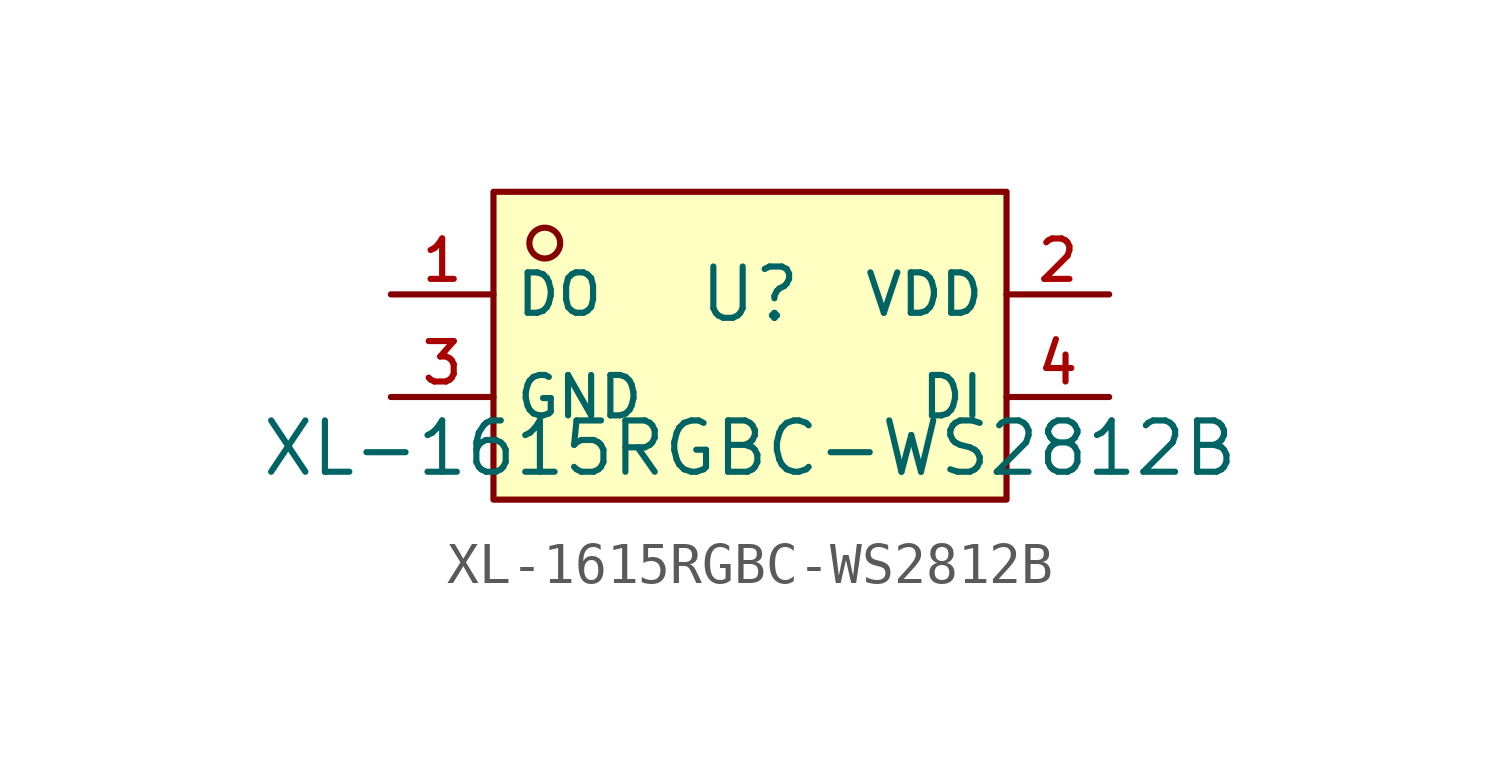
<source format=kicad_sym>
(kicad_symbol_lib
  (version 20210201)
  (generator TousstNicolas/JLC2KiCad_lib)
  (symbol "XL-1615RGBC-WS2812B"
    (property "Reference" "U"
      (at 0 1.27 0)
      (effects (font (size 1.27 1.27))))
    (property "Value" "XL-1615RGBC-WS2812B"
      (at 0 -2.54 0)
      (effects (font (size 1.27 1.27))))
    (symbol "XL-1615RGBC-WS2812B_0_1"
      (rectangle (start -6.35 3.81) (end 6.35 -3.81) (stroke (width 0) (type default) (color 0 0 0 0)) (fill (type background)))
      (circle (center -5.08 2.54) (radius 0.381) (stroke (width 0) (type default) (color 0 0 0 0)) (fill (type background)))
      (pin unspecified line (at -8.89 1.27 0) (length 2.54) (name "DO" (effects (font (size 1 1)))) (number "1" (effects (font (size 1 1)))))
      (pin unspecified line (at 8.89 1.27 180) (length 2.54) (name "VDD" (effects (font (size 1 1)))) (number "2" (effects (font (size 1 1)))))
      (pin unspecified line (at -8.89 -1.27 0) (length 2.54) (name "GND" (effects (font (size 1 1)))) (number "3" (effects (font (size 1 1)))))
      (pin unspecified line (at 8.89 -1.27 180) (length 2.54) (name "DI" (effects (font (size 1 1)))) (number "4" (effects (font (size 1 1))))))))
</source>
